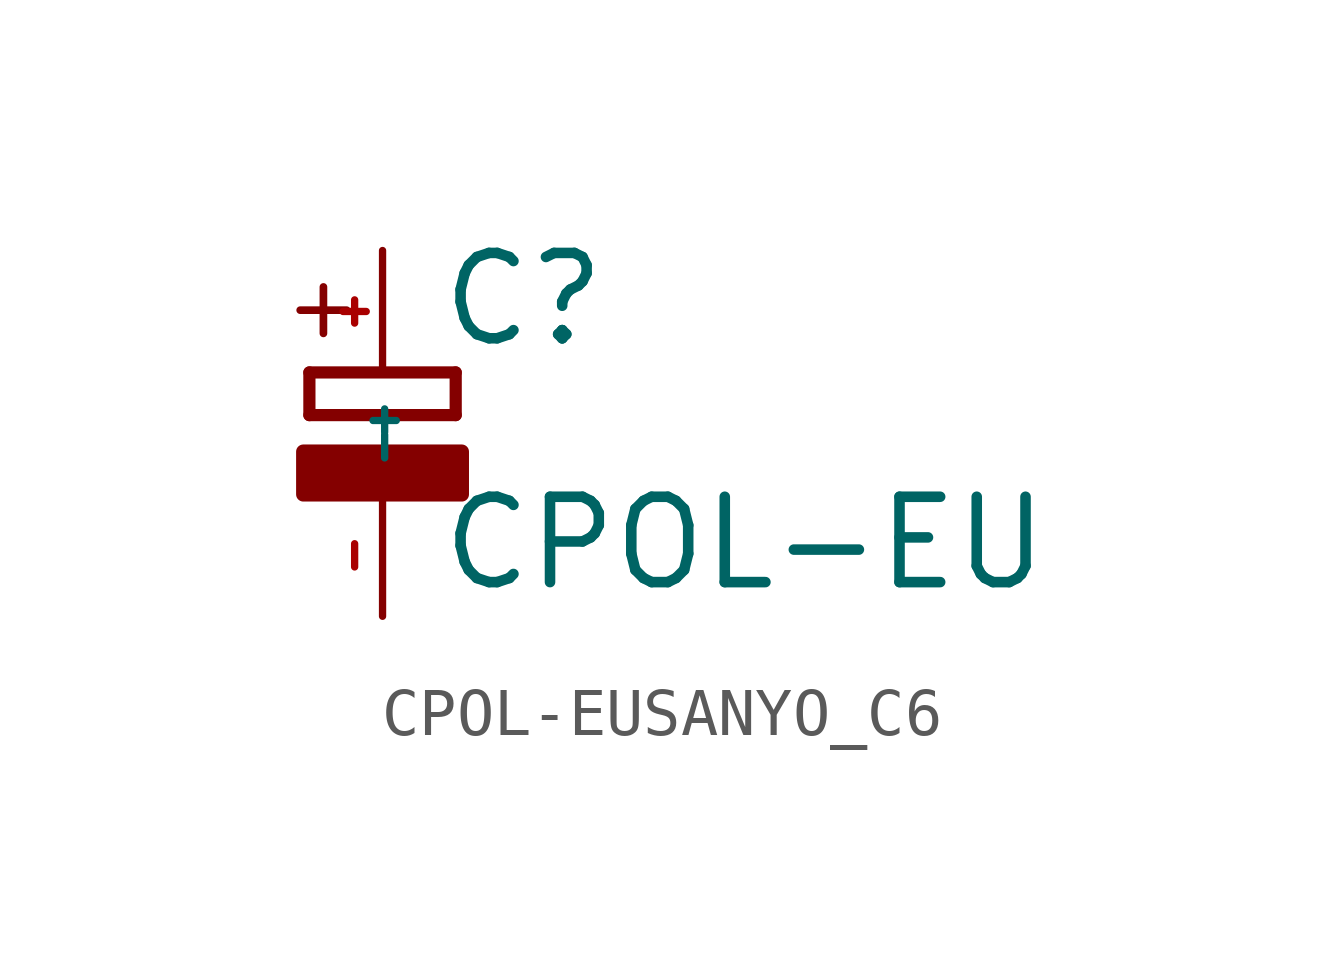
<source format=kicad_sym>
(kicad_symbol_lib
  (version 20220914)
  (generator Eagle2Kicad)
  (symbol "CPOL-EUSANYO_C6"
    (property "Reference" "C"
      (at 1.143 0.483 0)
      (effects (font (size 1.778 1.778) (thickness 0.22)) (justify left bottom)))
    (property "Value" "CPOL-EU"
      (at 1.143 -4.597 0)
      (effects (font (size 1.778 1.778) (thickness 0.22)) (justify left bottom)))
    (polyline
      (pts (xy -1.524 -0.889) (xy 1.524 -0.889))
      (stroke (width 0.254) (type default))
      (fill (type none)))
    (polyline
      (pts (xy 1.524 -0.889) (xy 1.524 0))
      (stroke (width 0.254) (type default))
      (fill (type none)))
    (polyline
      (pts (xy -1.524 0) (xy -1.524 -0.889))
      (stroke (width 0.254) (type default))
      (fill (type none)))
    (polyline
      (pts (xy -1.524 0) (xy 1.524 0))
      (stroke (width 0.254) (type default))
      (fill (type none)))
    (text "+"
      (at -0.584 0.406 900)
      (effects (font (size 1.27 1.27) (thickness 0.16)) (justify left bottom)))
    (rectangle
      (start -1.651 -2.54)
      (end 1.651 -1.651)
      (stroke (width 0.3) (type default))
      (fill (type outline)))
    (pin passive line
      (at 0 -5.08 90)
      (length 2.54)
      (name "-" (effects (font (size 0.635 0.635) (thickness 0.08)) (justify left bottom)))
      (number "-" (effects (font (size 0.635 0.635) (thickness 0.08)) (justify left bottom))))
    (pin passive line
      (at 0 2.54 270)
      (length 2.54)
      (name "+" (effects (font (size 0.635 0.635) (thickness 0.08)) (justify left bottom)))
      (number "+" (effects (font (size 0.635 0.635) (thickness 0.08)) (justify left bottom))))))
</source>
